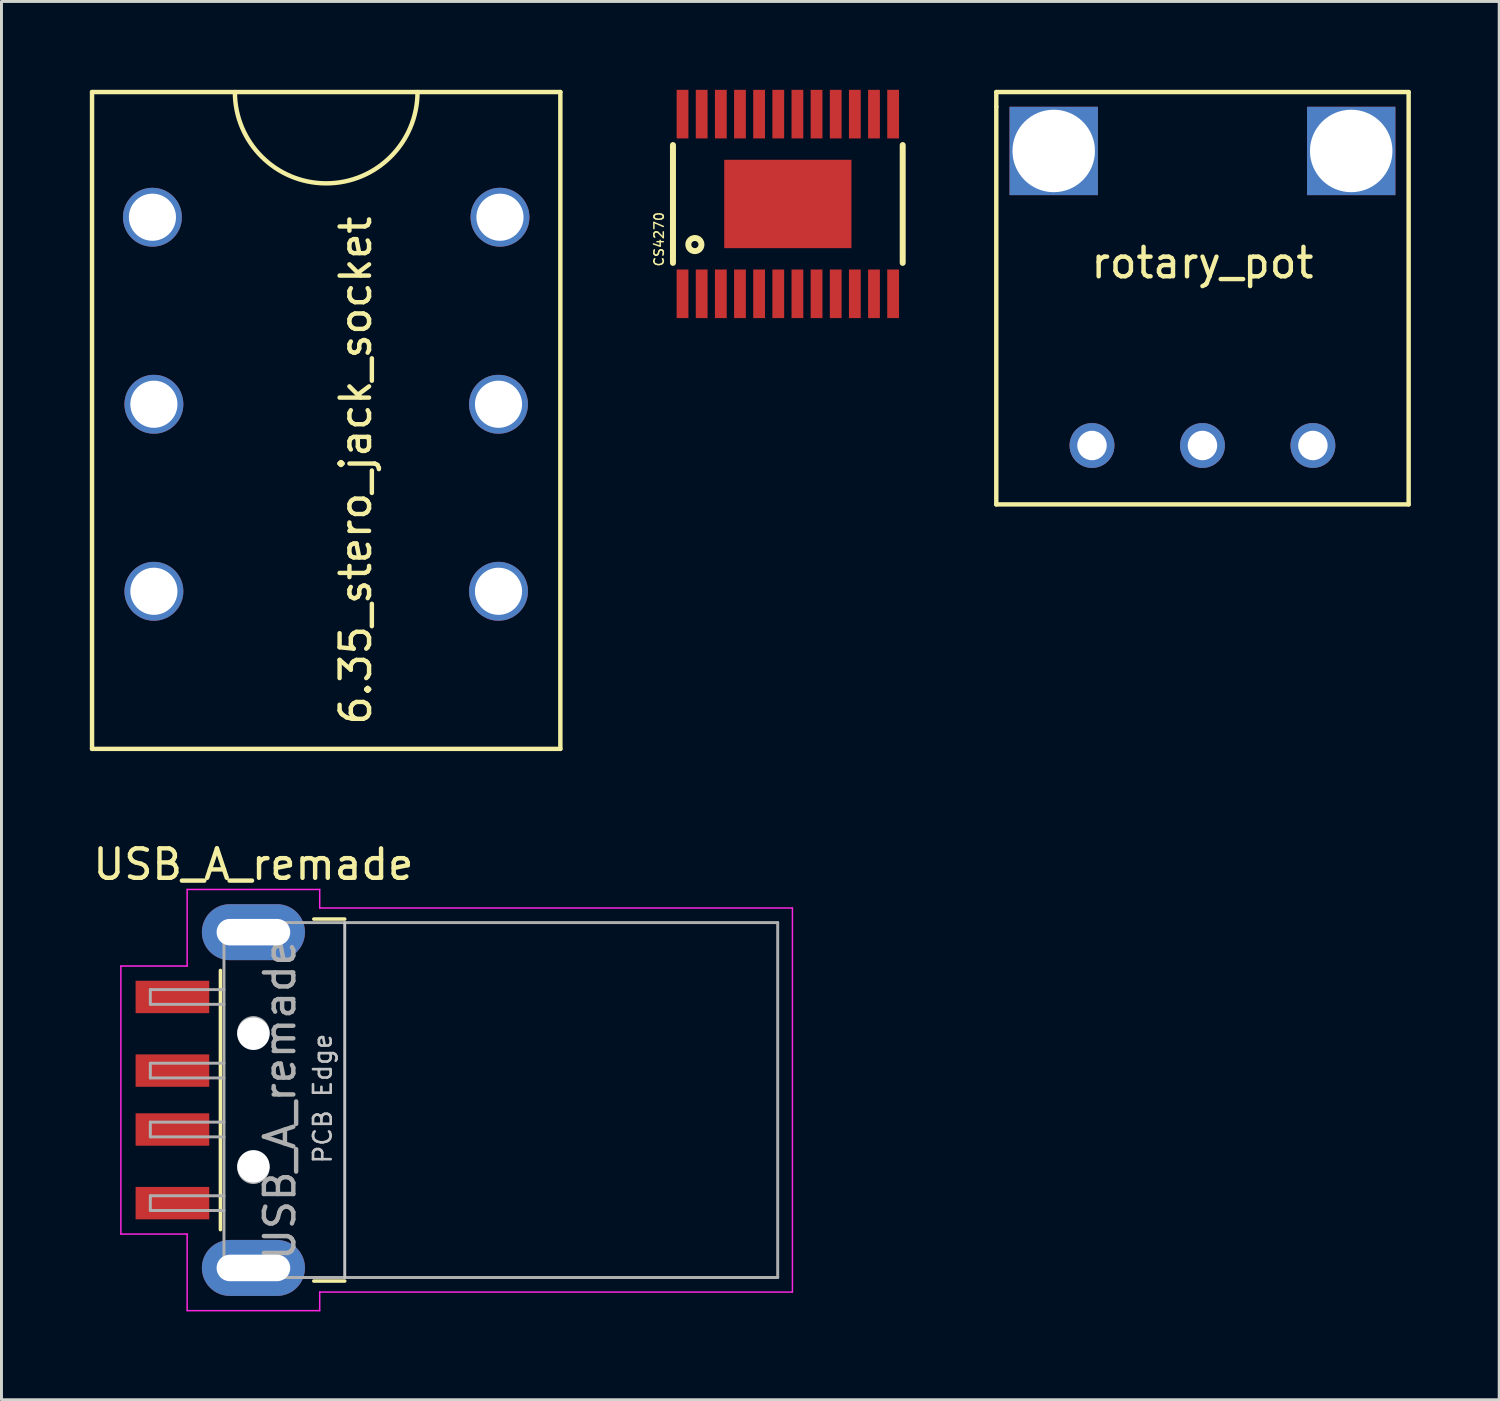
<source format=kicad_pcb>
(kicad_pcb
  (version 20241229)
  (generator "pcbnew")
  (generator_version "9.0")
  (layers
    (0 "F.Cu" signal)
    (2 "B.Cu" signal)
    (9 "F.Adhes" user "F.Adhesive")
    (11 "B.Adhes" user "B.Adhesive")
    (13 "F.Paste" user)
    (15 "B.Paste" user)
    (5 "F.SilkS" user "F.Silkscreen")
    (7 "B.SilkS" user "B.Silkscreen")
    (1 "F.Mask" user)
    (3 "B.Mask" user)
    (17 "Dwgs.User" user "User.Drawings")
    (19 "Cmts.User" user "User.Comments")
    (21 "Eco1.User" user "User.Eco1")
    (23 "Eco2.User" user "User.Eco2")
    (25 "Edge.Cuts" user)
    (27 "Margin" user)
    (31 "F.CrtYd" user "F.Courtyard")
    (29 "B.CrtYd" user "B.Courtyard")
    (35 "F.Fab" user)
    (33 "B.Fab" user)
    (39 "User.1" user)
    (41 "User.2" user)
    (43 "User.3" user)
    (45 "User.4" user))
  (footprint "6.35_stero_jack_socket"
    (layer "F.Cu")
    (at 8.025 10.675)
    (property "Reference" "6.35_stero_jack_socket" (at 1 2.25 90) (layer "F.SilkS") (effects (font (size 1 1) (thickness 0.15))))
    (attr through_hole)
    (fp_line (start -7.95 -10.6) (end 7.95 -10.6) (stroke (width 0.15) (type solid)) (layer "F.SilkS"))
    (fp_line (start -7.95 11.7) (end -7.95 -10.6) (stroke (width 0.15) (type solid)) (layer "F.SilkS"))
    (fp_line (start -7.95 11.7) (end 7.95 11.7) (stroke (width 0.15) (type solid)) (layer "F.SilkS"))
    (fp_line (start 7.95 11.7) (end 7.95 -10.6) (stroke (width 0.15) (type solid)) (layer "F.SilkS"))
    (fp_arc (start 3.1 -10.6) (mid 0 -7.5) (end -3.1 -10.6) (stroke (width 0.15) (type solid)) (layer "F.SilkS"))
    (pad "1" thru_hole circle (at -5.9 -6.35) (size 2 2) (drill 1.6) (layers "*.Cu" "*.Mask"))
    (pad "2" thru_hole circle (at -5.85 0) (size 2 2) (drill 1.6) (layers "*.Cu" "*.Mask"))
    (pad "3" thru_hole circle (at -5.85 6.35) (size 2 2) (drill 1.6) (layers "*.Cu" "*.Mask"))
    (pad "4" thru_hole circle (at 5.9 -6.35) (size 2 2) (drill 1.6) (layers "*.Cu" "*.Mask"))
    (pad "5" thru_hole circle (at 5.85 0) (size 2 2) (drill 1.6) (layers "*.Cu" "*.Mask"))
    (pad "6" thru_hole circle (at 5.85 6.35) (size 2 2) (drill 1.6) (layers "*.Cu" "*.Mask")))
  (footprint "rotary_pot"
    (layer "F.Cu")
    (at 37.775 12.075)
    (property "Reference" "rotary_pot" (at 0 -6.2 0) (layer "F.SilkS") (effects (font (size 1 1) (thickness 0.15))))
    (attr through_hole)
    (fp_line (start -7 -12) (end -7 -11.5) (stroke (width 0.15) (type solid)) (layer "F.SilkS"))
    (fp_line (start -7 -11.5) (end -7 2) (stroke (width 0.15) (type solid)) (layer "F.SilkS"))
    (fp_line (start 7 -12) (end -7 -12) (stroke (width 0.15) (type solid)) (layer "F.SilkS"))
    (fp_line (start 7 2) (end -7 2) (stroke (width 0.15) (type solid)) (layer "F.SilkS"))
    (fp_line (start 7 2) (end 7 -12) (stroke (width 0.15) (type solid)) (layer "F.SilkS"))
    (pad "" np_thru_hole rect (at -5.05 -10) (size 3 3) (drill oval 2.8) (layers "*.Cu" "*.Mask"))
    (pad "" np_thru_hole rect (at 5.05 -10) (size 3 3) (drill oval 2.8) (layers "*.Cu" "*.Mask"))
    (pad "1" thru_hole circle (at -3.75 0) (size 1.524 1.524) (drill 1) (layers "*.Cu" "*.Mask"))
    (pad "2" thru_hole circle (at 0 0) (size 1.524 1.524) (drill 1) (layers "*.Cu" "*.Mask"))
    (pad "3" thru_hole circle (at 3.75 0) (size 1.524 1.524) (drill 1) (layers "*.Cu" "*.Mask")))
  (footprint "CS4270"
    (layer "F.Cu")
    (at 23.698 3.875)
    (property "Reference" "CS4270" (at -4.373 1.197 90) (layer "F.SilkS") (effects (font (size 0.32 0.32) (thickness 0.05))))
    (attr smd)
    (fp_line (start -3.9 2) (end -3.9 -2) (stroke (width 0.203) (type solid)) (layer "F.SilkS"))
    (fp_line (start 3.9 -2) (end 3.9 2) (stroke (width 0.203) (type solid)) (layer "F.SilkS"))
    (fp_circle (center -3.156 1.378) (end -2.933 1.378) (stroke (width 0.203) (type solid)) (fill no) (layer "F.SilkS"))
    (fp_line (start -3.9 -2.2) (end 3.9 -2.2) (stroke (width 0.203) (type solid)) (layer "Eco2.User"))
    (fp_line (start -3.9 2.2) (end -3.9 -2.2) (stroke (width 0.203) (type solid)) (layer "Eco2.User"))
    (fp_line (start 3.9 -2.2) (end 3.9 2.2) (stroke (width 0.203) (type solid)) (layer "Eco2.User"))
    (fp_line (start 3.9 2.2) (end -3.9 2.2) (stroke (width 0.203) (type solid)) (layer "Eco2.User"))
    (fp_poly (pts (xy -3.7 -3.2) (xy -3.45 -3.2) (xy -3.45 -2.2) (xy -3.7 -2.2)) (stroke (width 0.1) (type solid)) (fill no) (layer "Eco2.User"))
    (fp_poly (pts (xy -3.7 2.2) (xy -3.45 2.2) (xy -3.45 3.2) (xy -3.7 3.2)) (stroke (width 0.1) (type solid)) (fill no) (layer "Eco2.User"))
    (fp_poly (pts (xy -3.05 -3.2) (xy -2.8 -3.2) (xy -2.8 -2.2) (xy -3.05 -2.2)) (stroke (width 0.1) (type solid)) (fill no) (layer "Eco2.User"))
    (fp_poly (pts (xy -3.05 2.2) (xy -2.8 2.2) (xy -2.8 3.2) (xy -3.05 3.2)) (stroke (width 0.1) (type solid)) (fill no) (layer "Eco2.User"))
    (fp_poly (pts (xy -2.4 -3.2) (xy -2.15 -3.2) (xy -2.15 -2.2) (xy -2.4 -2.2)) (stroke (width 0.1) (type solid)) (fill no) (layer "Eco2.User"))
    (fp_poly (pts (xy -2.4 2.2) (xy -2.15 2.2) (xy -2.15 3.2) (xy -2.4 3.2)) (stroke (width 0.1) (type solid)) (fill no) (layer "Eco2.User"))
    (fp_poly (pts (xy -1.75 -3.2) (xy -1.5 -3.2) (xy -1.5 -2.2) (xy -1.75 -2.2)) (stroke (width 0.1) (type solid)) (fill no) (layer "Eco2.User"))
    (fp_poly (pts (xy -1.75 2.2) (xy -1.5 2.2) (xy -1.5 3.2) (xy -1.75 3.2)) (stroke (width 0.1) (type solid)) (fill no) (layer "Eco2.User"))
    (fp_poly (pts (xy -1.1 -3.2) (xy -0.85 -3.2) (xy -0.85 -2.2) (xy -1.1 -2.2)) (stroke (width 0.1) (type solid)) (fill no) (layer "Eco2.User"))
    (fp_poly (pts (xy -1.1 2.2) (xy -0.85 2.2) (xy -0.85 3.2) (xy -1.1 3.2)) (stroke (width 0.1) (type solid)) (fill no) (layer "Eco2.User"))
    (fp_poly (pts (xy -0.45 -3.2) (xy -0.2 -3.2) (xy -0.2 -2.2) (xy -0.45 -2.2)) (stroke (width 0.1) (type solid)) (fill no) (layer "Eco2.User"))
    (fp_poly (pts (xy -0.45 2.2) (xy -0.2 2.2) (xy -0.2 3.2) (xy -0.45 3.2)) (stroke (width 0.1) (type solid)) (fill no) (layer "Eco2.User"))
    (fp_poly (pts (xy 0.2 -3.2) (xy 0.45 -3.2) (xy 0.45 -2.2) (xy 0.2 -2.2)) (stroke (width 0.1) (type solid)) (fill no) (layer "Eco2.User"))
    (fp_poly (pts (xy 0.2 2.2) (xy 0.45 2.2) (xy 0.45 3.2) (xy 0.2 3.2)) (stroke (width 0.1) (type solid)) (fill no) (layer "Eco2.User"))
    (fp_poly (pts (xy 0.85 -3.2) (xy 1.1 -3.2) (xy 1.1 -2.2) (xy 0.85 -2.2)) (stroke (width 0.1) (type solid)) (fill no) (layer "Eco2.User"))
    (fp_poly (pts (xy 0.85 2.2) (xy 1.1 2.2) (xy 1.1 3.2) (xy 0.85 3.2)) (stroke (width 0.1) (type solid)) (fill no) (layer "Eco2.User"))
    (fp_poly (pts (xy 1.5 -3.2) (xy 1.75 -3.2) (xy 1.75 -2.2) (xy 1.5 -2.2)) (stroke (width 0.1) (type solid)) (fill no) (layer "Eco2.User"))
    (fp_poly (pts (xy 1.5 2.2) (xy 1.75 2.2) (xy 1.75 3.2) (xy 1.5 3.2)) (stroke (width 0.1) (type solid)) (fill no) (layer "Eco2.User"))
    (fp_poly (pts (xy 2.15 -3.2) (xy 2.4 -3.2) (xy 2.4 -2.2) (xy 2.15 -2.2)) (stroke (width 0.1) (type solid)) (fill no) (layer "Eco2.User"))
    (fp_poly (pts (xy 2.15 2.2) (xy 2.4 2.2) (xy 2.4 3.2) (xy 2.15 3.2)) (stroke (width 0.1) (type solid)) (fill no) (layer "Eco2.User"))
    (fp_poly (pts (xy 2.8 -3.2) (xy 3.05 -3.2) (xy 3.05 -2.2) (xy 2.8 -2.2)) (stroke (width 0.1) (type solid)) (fill no) (layer "Eco2.User"))
    (fp_poly (pts (xy 2.8 2.2) (xy 3.05 2.2) (xy 3.05 3.2) (xy 2.8 3.2)) (stroke (width 0.1) (type solid)) (fill no) (layer "Eco2.User"))
    (fp_poly (pts (xy 3.45 -3.2) (xy 3.7 -3.2) (xy 3.7 -2.2) (xy 3.45 -2.2)) (stroke (width 0.1) (type solid)) (fill no) (layer "Eco2.User"))
    (fp_poly (pts (xy 3.45 2.2) (xy 3.7 2.2) (xy 3.7 3.2) (xy 3.45 3.2)) (stroke (width 0.1) (type solid)) (fill no) (layer "Eco2.User"))
    (pad "1" smd rect (at -3.575 3.05) (size 0.4 1.65) (layers "F.Cu" "F.Mask" "F.Paste"))
    (pad "2" smd rect (at -2.925 3.05) (size 0.4 1.65) (layers "F.Cu" "F.Mask" "F.Paste"))
    (pad "3" smd rect (at -2.275 3.05) (size 0.4 1.65) (layers "F.Cu" "F.Mask" "F.Paste"))
    (pad "4" smd rect (at -1.625 3.05) (size 0.4 1.65) (layers "F.Cu" "F.Mask" "F.Paste"))
    (pad "5" smd rect (at -0.975 3.05) (size 0.4 1.65) (layers "F.Cu" "F.Mask" "F.Paste"))
    (pad "6" smd rect (at -0.325 3.05) (size 0.4 1.65) (layers "F.Cu" "F.Mask" "F.Paste"))
    (pad "7" smd rect (at 0.325 3.05) (size 0.4 1.65) (layers "F.Cu" "F.Mask" "F.Paste"))
    (pad "8" smd rect (at 0.975 3.05) (size 0.4 1.65) (layers "F.Cu" "F.Mask" "F.Paste"))
    (pad "9" smd rect (at 1.625 3.05) (size 0.4 1.65) (layers "F.Cu" "F.Mask" "F.Paste"))
    (pad "10" smd rect (at 2.275 3.05) (size 0.4 1.65) (layers "F.Cu" "F.Mask" "F.Paste"))
    (pad "11" smd rect (at 2.925 3.05) (size 0.4 1.65) (layers "F.Cu" "F.Mask" "F.Paste"))
    (pad "12" smd rect (at 3.575 3.05) (size 0.4 1.65) (layers "F.Cu" "F.Mask" "F.Paste"))
    (pad "13" smd rect (at 3.575 -3.05 180) (size 0.4 1.65) (layers "F.Cu" "F.Mask" "F.Paste"))
    (pad "14" smd rect (at 2.925 -3.05 180) (size 0.4 1.65) (layers "F.Cu" "F.Mask" "F.Paste"))
    (pad "15" smd rect (at 2.275 -3.05) (size 0.4 1.65) (layers "F.Cu" "F.Mask" "F.Paste"))
    (pad "16" smd rect (at 1.625 -3.05) (size 0.4 1.65) (layers "F.Cu" "F.Mask" "F.Paste"))
    (pad "17" smd rect (at 0.975 -3.05) (size 0.4 1.65) (layers "F.Cu" "F.Mask" "F.Paste"))
    (pad "18" smd rect (at 0.325 -3.05) (size 0.4 1.65) (layers "F.Cu" "F.Mask" "F.Paste"))
    (pad "19" smd rect (at -0.325 -3.05) (size 0.4 1.65) (layers "F.Cu" "F.Mask" "F.Paste"))
    (pad "20" smd rect (at -0.975 -3.05) (size 0.4 1.65) (layers "F.Cu" "F.Mask" "F.Paste"))
    (pad "21" smd rect (at -1.625 -3.05) (size 0.4 1.65) (layers "F.Cu" "F.Mask" "F.Paste"))
    (pad "22" smd rect (at -2.275 -3.05) (size 0.4 1.65) (layers "F.Cu" "F.Mask" "F.Paste"))
    (pad "23" smd rect (at -2.925 -3.05) (size 0.4 1.65) (layers "F.Cu" "F.Mask" "F.Paste"))
    (pad "24" smd rect (at -3.575 -3.05) (size 0.4 1.65) (layers "F.Cu" "F.Mask" "F.Paste"))
    (pad "EP" smd rect (at 0 0 90) (size 3 4.32) (layers "F.Cu" "F.Mask" "F.Paste")))
  (footprint "USB_A_remade"
    (layer "F.Cu")
    (at 12.454 34.298)
    (property "Reference" "USB_A_remade" (at -6.9 -8 0) (layer "F.SilkS") (effects (font (size 1 1) (thickness 0.15))))
    (attr smd)
    (fp_line (start -8.02 -4.4) (end -8.02 4.4) (stroke (width 0.12) (type solid)) (layer "F.SilkS"))
    (fp_line (start -4.85 -6.145) (end -3.8 -6.145) (stroke (width 0.12) (type solid)) (layer "F.SilkS"))
    (fp_line (start -4.85 6.145) (end -3.8 6.145) (stroke (width 0.12) (type solid)) (layer "F.SilkS"))
    (fp_line (start -3.8 6.025) (end -3.8 -6.025) (stroke (width 0.1) (type solid)) (layer "Dwgs.User"))
    (fp_line (start -11.4 -4.55) (end -9.15 -4.55) (stroke (width 0.05) (type solid)) (layer "F.CrtYd"))
    (fp_line (start -11.4 4.55) (end -11.4 -4.55) (stroke (width 0.05) (type solid)) (layer "F.CrtYd"))
    (fp_line (start -11.4 4.55) (end -9.15 4.55) (stroke (width 0.05) (type solid)) (layer "F.CrtYd"))
    (fp_line (start -9.15 -7.15) (end -9.15 -4.55) (stroke (width 0.05) (type solid)) (layer "F.CrtYd"))
    (fp_line (start -9.15 -7.15) (end -4.65 -7.15) (stroke (width 0.05) (type solid)) (layer "F.CrtYd"))
    (fp_line (start -9.15 4.55) (end -9.15 7.15) (stroke (width 0.05) (type solid)) (layer "F.CrtYd"))
    (fp_line (start -9.15 7.15) (end -4.65 7.15) (stroke (width 0.05) (type solid)) (layer "F.CrtYd"))
    (fp_line (start -4.65 -6.52) (end -4.65 -7.15) (stroke (width 0.05) (type solid)) (layer "F.CrtYd"))
    (fp_line (start -4.65 -6.52) (end 11.4 -6.52) (stroke (width 0.05) (type solid)) (layer "F.CrtYd"))
    (fp_line (start -4.65 6.52) (end 11.4 6.52) (stroke (width 0.05) (type solid)) (layer "F.CrtYd"))
    (fp_line (start -4.65 7.15) (end -4.65 6.52) (stroke (width 0.05) (type solid)) (layer "F.CrtYd"))
    (fp_line (start 11.4 6.52) (end 11.4 -6.52) (stroke (width 0.05) (type solid)) (layer "F.CrtYd"))
    (fp_line (start -10.4 -3.75) (end -7.9 -3.75) (stroke (width 0.1) (type solid)) (layer "F.Fab"))
    (fp_line (start -10.4 -3.25) (end -10.4 -3.75) (stroke (width 0.1) (type solid)) (layer "F.Fab"))
    (fp_line (start -10.4 -3.25) (end -7.9 -3.25) (stroke (width 0.1) (type solid)) (layer "F.Fab"))
    (fp_line (start -10.4 -1.25) (end -7.9 -1.25) (stroke (width 0.1) (type solid)) (layer "F.Fab"))
    (fp_line (start -10.4 -0.75) (end -10.4 -1.25) (stroke (width 0.1) (type solid)) (layer "F.Fab"))
    (fp_line (start -10.4 -0.75) (end -7.9 -0.75) (stroke (width 0.1) (type solid)) (layer "F.Fab"))
    (fp_line (start -10.4 0.75) (end -7.9 0.75) (stroke (width 0.1) (type solid)) (layer "F.Fab"))
    (fp_line (start -10.4 1.25) (end -10.4 0.75) (stroke (width 0.1) (type solid)) (layer "F.Fab"))
    (fp_line (start -10.4 1.25) (end -7.9 1.25) (stroke (width 0.1) (type solid)) (layer "F.Fab"))
    (fp_line (start -10.4 3.25) (end -7.9 3.25) (stroke (width 0.1) (type solid)) (layer "F.Fab"))
    (fp_line (start -10.4 3.75) (end -10.4 3.25) (stroke (width 0.1) (type solid)) (layer "F.Fab"))
    (fp_line (start -10.4 3.75) (end -7.9 3.75) (stroke (width 0.1) (type solid)) (layer "F.Fab"))
    (fp_line (start -7.9 -6.025) (end 10.9 -6.025) (stroke (width 0.1) (type solid)) (layer "F.Fab"))
    (fp_line (start -7.9 6.025) (end -7.9 -6.025) (stroke (width 0.1) (type solid)) (layer "F.Fab"))
    (fp_line (start -7.9 6.025) (end 10.9 6.025) (stroke (width 0.1) (type solid)) (layer "F.Fab"))
    (fp_line (start 10.9 6.025) (end 10.9 -6.025) (stroke (width 0.1) (type solid)) (layer "F.Fab"))
    (fp_circle (center -6.9 -2.3) (end -6.9 -2.8) (stroke (width 0.1) (type solid)) (fill no) (layer "F.Fab"))
    (fp_circle (center -6.9 2.3) (end -6.9 2.8) (stroke (width 0.1) (type solid)) (fill no) (layer "F.Fab"))
    (fp_text user "PCB Edge" (at -4.55 -0.05 90) (layer "Dwgs.User") (effects (font (size 0.6 0.6) (thickness 0.09))))
    (fp_text user "${REFERENCE}" (at -6 0 90) (layer "F.Fab") (effects (font (size 1 1) (thickness 0.15))))
    (pad "" np_thru_hole circle (at -6.9 -2.25) (size 1.1 1.1) (drill 1.1) (layers "*.Cu" "*.Mask"))
    (pad "" np_thru_hole circle (at -6.9 2.25) (size 1.1 1.1) (drill 1.1) (layers "*.Cu" "*.Mask"))
    (pad "1" smd rect (at -9.65 -3.5) (size 2.5 1.1) (layers "F.Cu" "F.Mask" "F.Paste"))
    (pad "2" smd rect (at -9.65 -1) (size 2.5 1.1) (layers "F.Cu" "F.Mask" "F.Paste"))
    (pad "3" smd rect (at -9.65 1) (size 2.5 1.1) (layers "F.Cu" "F.Mask" "F.Paste"))
    (pad "4" smd rect (at -9.65 3.5) (size 2.5 1.1) (layers "F.Cu" "F.Mask" "F.Paste"))
    (pad "5" thru_hole oval (at -6.9 5.7) (size 3.5 1.9) (drill oval 2.5 0.9) (layers "*.Cu" "*.Mask"))
    (pad "6" thru_hole oval (at -6.9 -5.7) (size 3.5 1.9) (drill oval 2.5 0.9) (layers "*.Cu" "*.Mask")))
  (gr_rect
    (start -3 -3)
    (end 47.85 44.473)
    (stroke (width 0.1) (type default))
    (fill no)
    (layer "Edge.Cuts")))
</source>
